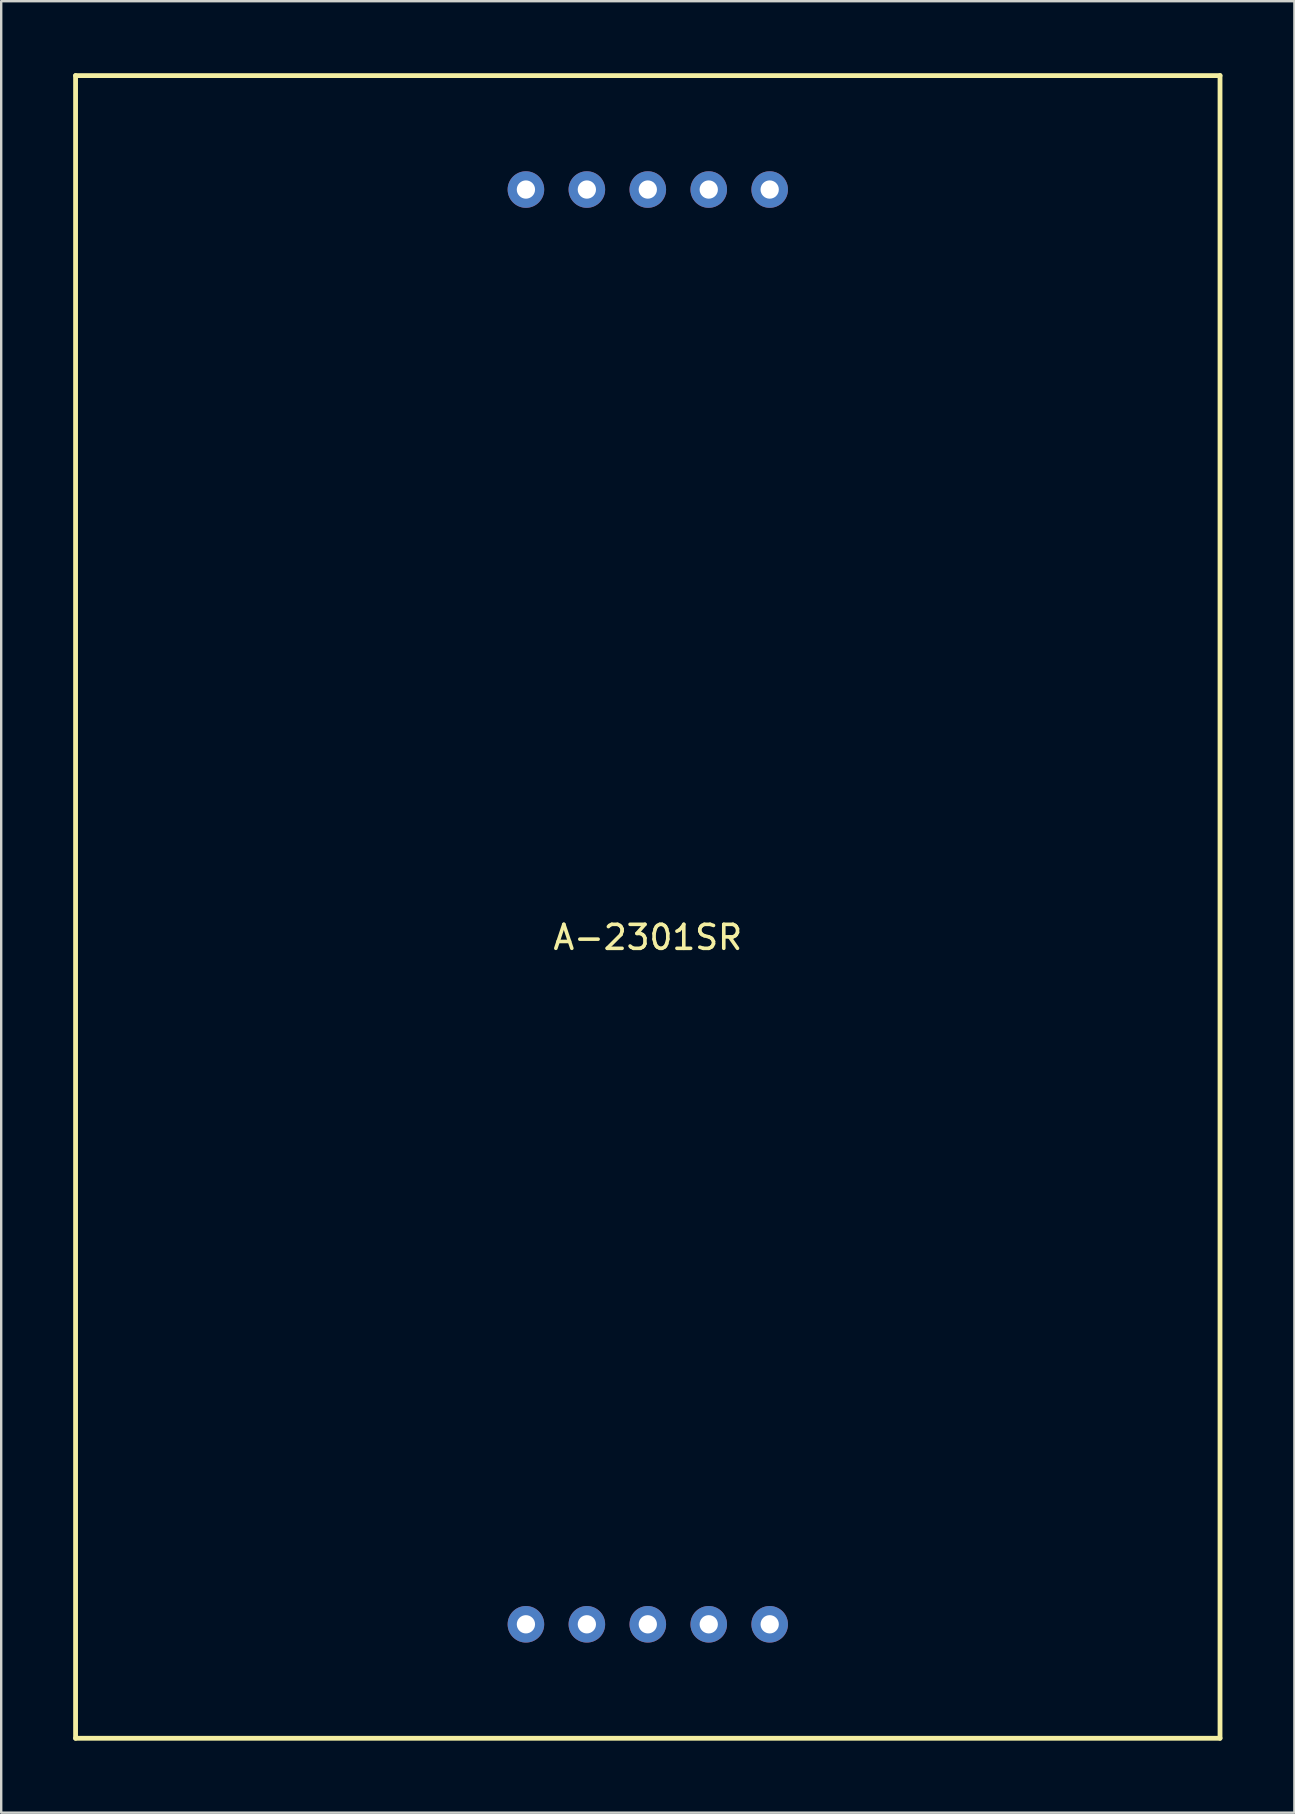
<source format=kicad_pcb>
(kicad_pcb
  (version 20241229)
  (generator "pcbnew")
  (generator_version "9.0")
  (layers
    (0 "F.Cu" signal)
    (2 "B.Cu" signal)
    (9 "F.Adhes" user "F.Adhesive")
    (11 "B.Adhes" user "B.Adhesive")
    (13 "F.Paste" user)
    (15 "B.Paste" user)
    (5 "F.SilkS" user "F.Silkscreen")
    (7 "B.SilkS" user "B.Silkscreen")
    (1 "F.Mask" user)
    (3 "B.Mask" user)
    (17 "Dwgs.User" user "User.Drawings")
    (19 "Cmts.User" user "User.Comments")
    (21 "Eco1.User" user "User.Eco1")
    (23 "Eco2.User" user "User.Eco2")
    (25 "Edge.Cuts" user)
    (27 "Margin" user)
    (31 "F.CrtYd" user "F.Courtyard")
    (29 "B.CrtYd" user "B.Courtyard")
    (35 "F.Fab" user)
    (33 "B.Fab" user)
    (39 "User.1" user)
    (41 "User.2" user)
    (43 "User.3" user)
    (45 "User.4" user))
  (footprint "A-2301SR"
    (layer "F.Cu")
    (at 23.95 34.75)
    (property "Reference" "A-2301SR" (at 0 1.27 0) (layer "F.SilkS") (effects (font (size 1 1) (thickness 0.15))))
    (attr through_hole)
    (fp_line (start -23.85 -34.65) (end -23.85 34.65) (stroke (width 0.2) (type solid)) (layer "F.SilkS"))
    (fp_line (start -23.85 -34.65) (end 23.85 -34.65) (stroke (width 0.2) (type solid)) (layer "F.SilkS"))
    (fp_line (start 23.85 -34.65) (end 23.85 34.65) (stroke (width 0.2) (type solid)) (layer "F.SilkS"))
    (fp_line (start 23.85 34.65) (end -23.85 34.65) (stroke (width 0.2) (type solid)) (layer "F.SilkS"))
    (pad "1" thru_hole circle (at -5.08 29.9) (size 1.524 1.524) (drill 0.762) (layers "*.Cu" "*.Mask"))
    (pad "2" thru_hole circle (at -2.54 29.9) (size 1.524 1.524) (drill 0.762) (layers "*.Cu" "*.Mask"))
    (pad "3" thru_hole circle (at 0 29.9) (size 1.524 1.524) (drill 0.762) (layers "*.Cu" "*.Mask"))
    (pad "4" thru_hole circle (at 2.54 29.9) (size 1.524 1.524) (drill 0.762) (layers "*.Cu" "*.Mask"))
    (pad "5" thru_hole circle (at 5.08 29.9) (size 1.524 1.524) (drill 0.762) (layers "*.Cu" "*.Mask"))
    (pad "6" thru_hole circle (at 5.08 -29.9) (size 1.524 1.524) (drill 0.762) (layers "*.Cu" "*.Mask"))
    (pad "7" thru_hole circle (at 2.54 -29.9) (size 1.524 1.524) (drill 0.762) (layers "*.Cu" "*.Mask"))
    (pad "8" thru_hole circle (at 0 -29.9) (size 1.524 1.524) (drill 0.762) (layers "*.Cu" "*.Mask"))
    (pad "9" thru_hole circle (at -2.54 -29.9) (size 1.524 1.524) (drill 0.762) (layers "*.Cu" "*.Mask"))
    (pad "10" thru_hole circle (at -5.08 -29.9) (size 1.524 1.524) (drill 0.762) (layers "*.Cu" "*.Mask")))
  (gr_rect
    (start -3 -3)
    (end 50.9 72.5)
    (stroke (width 0.1) (type default))
    (fill no)
    (layer "Edge.Cuts")))
</source>
